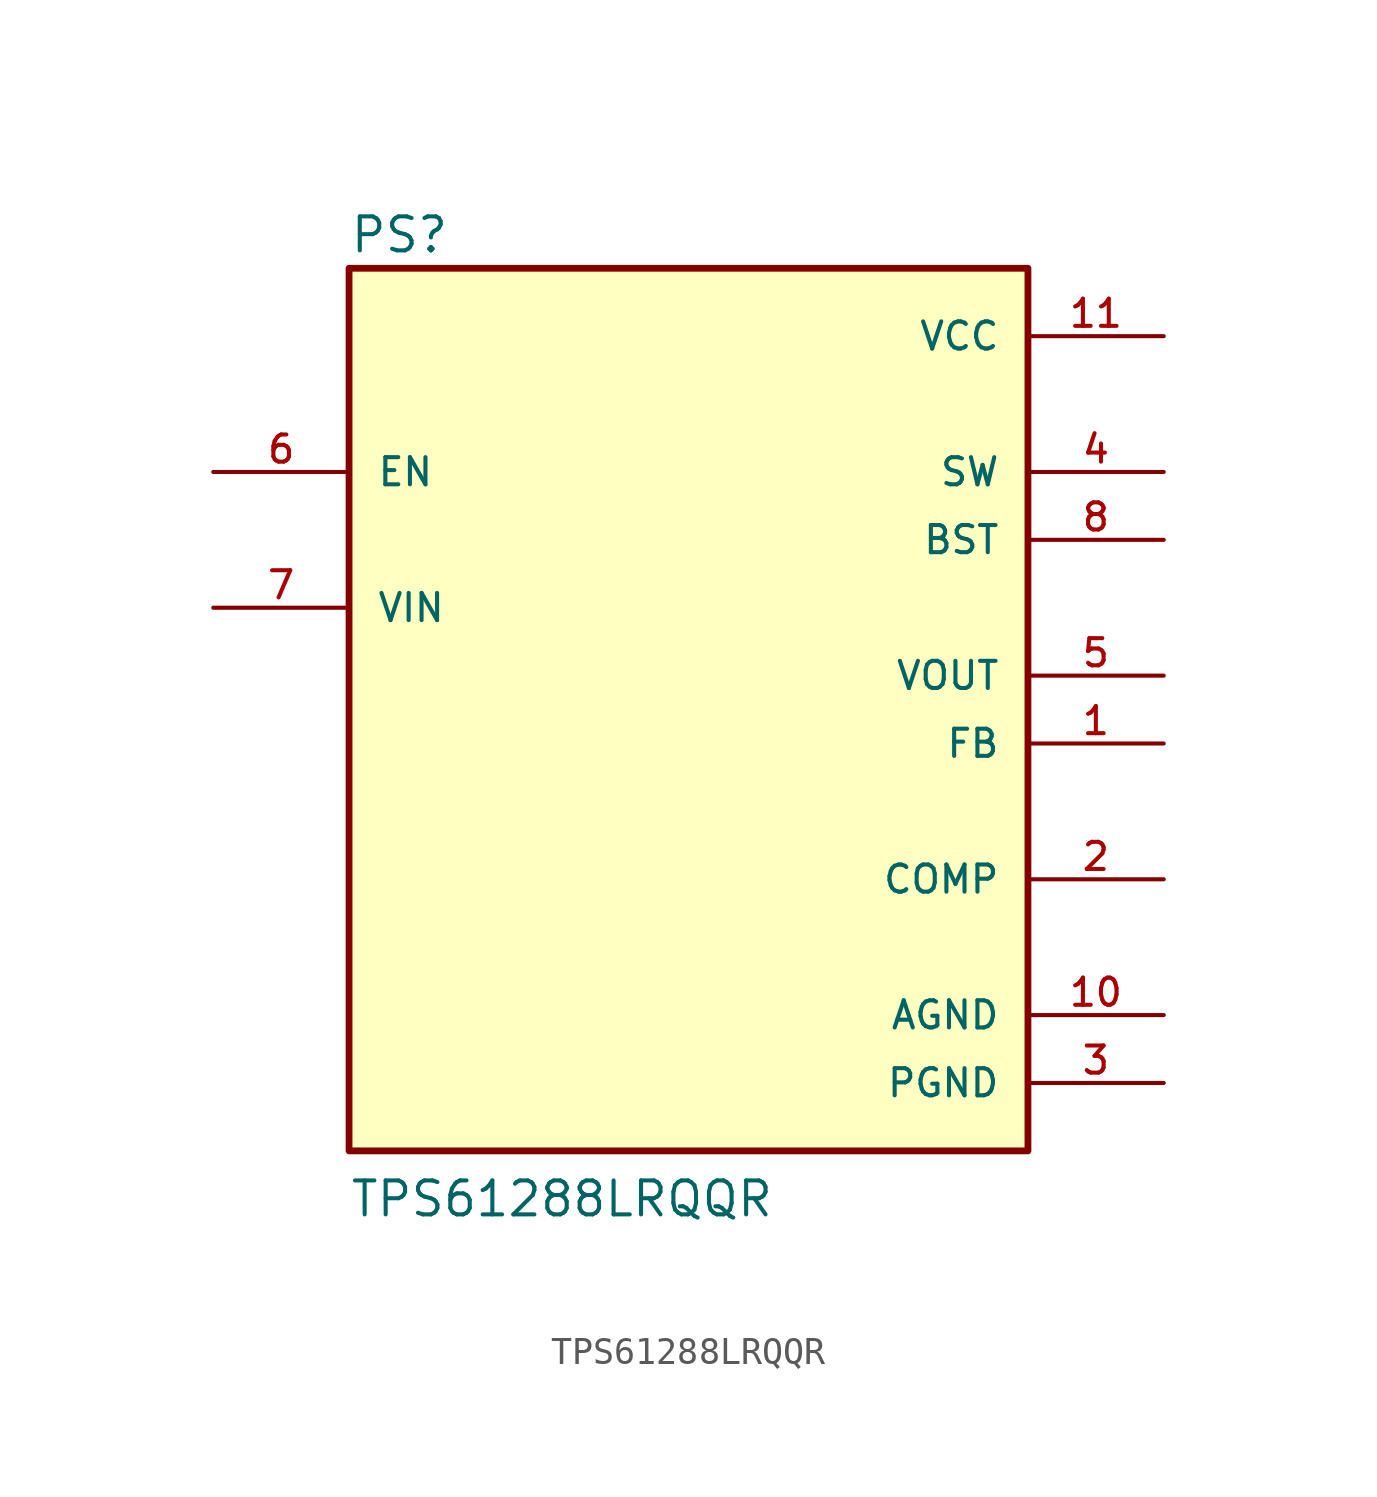
<source format=kicad_sym>
(kicad_symbol_lib
  (version 20211014)
  (generator kicad_symbol_editor)
  (symbol "TPS61288LRQQR"
    (pin_names
      (offset 1.016))
    (property "Reference" "PS"
      (at -12.7 18.288 0)
      (effects (font (size 1.27 1.27)) (justify bottom left)))
    (property "Value" "TPS61288LRQQR"
      (at -12.7 -17.78 0)
      (effects (font (size 1.27 1.27)) (justify bottom left)))
    (symbol "TPS61288LRQQR_0_0"
      (rectangle (start -12.7 -15.24) (end 12.7 17.78) (stroke (width 0.254)) (fill (type background)))
      (pin output line (at 17.78 10.16 180.0) (length 5.08) (name "SW" (effects (font (size 1.016 1.016)))) (number "4" (effects (font (size 1.016 1.016)))))
      (pin output line (at 17.78 10.16 180.0) (length 5.08) hide (name "SW" (effects (font (size 1.016 1.016)))) (number "9" (effects (font (size 1.016 1.016)))))
      (pin output line (at 17.78 7.62 180.0) (length 5.08) (name "BST" (effects (font (size 1.016 1.016)))) (number "8" (effects (font (size 1.016 1.016)))))
      (pin input line (at -17.78 5.08 0) (length 5.08) (name "VIN" (effects (font (size 1.016 1.016)))) (number "7" (effects (font (size 1.016 1.016)))))
      (pin input line (at -17.78 10.16 0) (length 5.08) (name "EN" (effects (font (size 1.016 1.016)))) (number "6" (effects (font (size 1.016 1.016)))))
      (pin power_in line (at 17.78 15.24 180.0) (length 5.08) (name "VCC" (effects (font (size 1.016 1.016)))) (number "11" (effects (font (size 1.016 1.016)))))
      (pin output line (at 17.78 2.54 180.0) (length 5.08) (name "VOUT" (effects (font (size 1.016 1.016)))) (number "5" (effects (font (size 1.016 1.016)))))
      (pin input line (at 17.78 0.0 180.0) (length 5.08) (name "FB" (effects (font (size 1.016 1.016)))) (number "1" (effects (font (size 1.016 1.016)))))
      (pin output line (at 17.78 -5.08 180.0) (length 5.08) (name "COMP" (effects (font (size 1.016 1.016)))) (number "2" (effects (font (size 1.016 1.016)))))
      (pin power_in line (at 17.78 -10.16 180.0) (length 5.08) (name "AGND" (effects (font (size 1.016 1.016)))) (number "10" (effects (font (size 1.016 1.016)))))
      (pin power_in line (at 17.78 -12.7 180.0) (length 5.08) (name "PGND" (effects (font (size 1.016 1.016)))) (number "3" (effects (font (size 1.016 1.016))))))))
</source>
